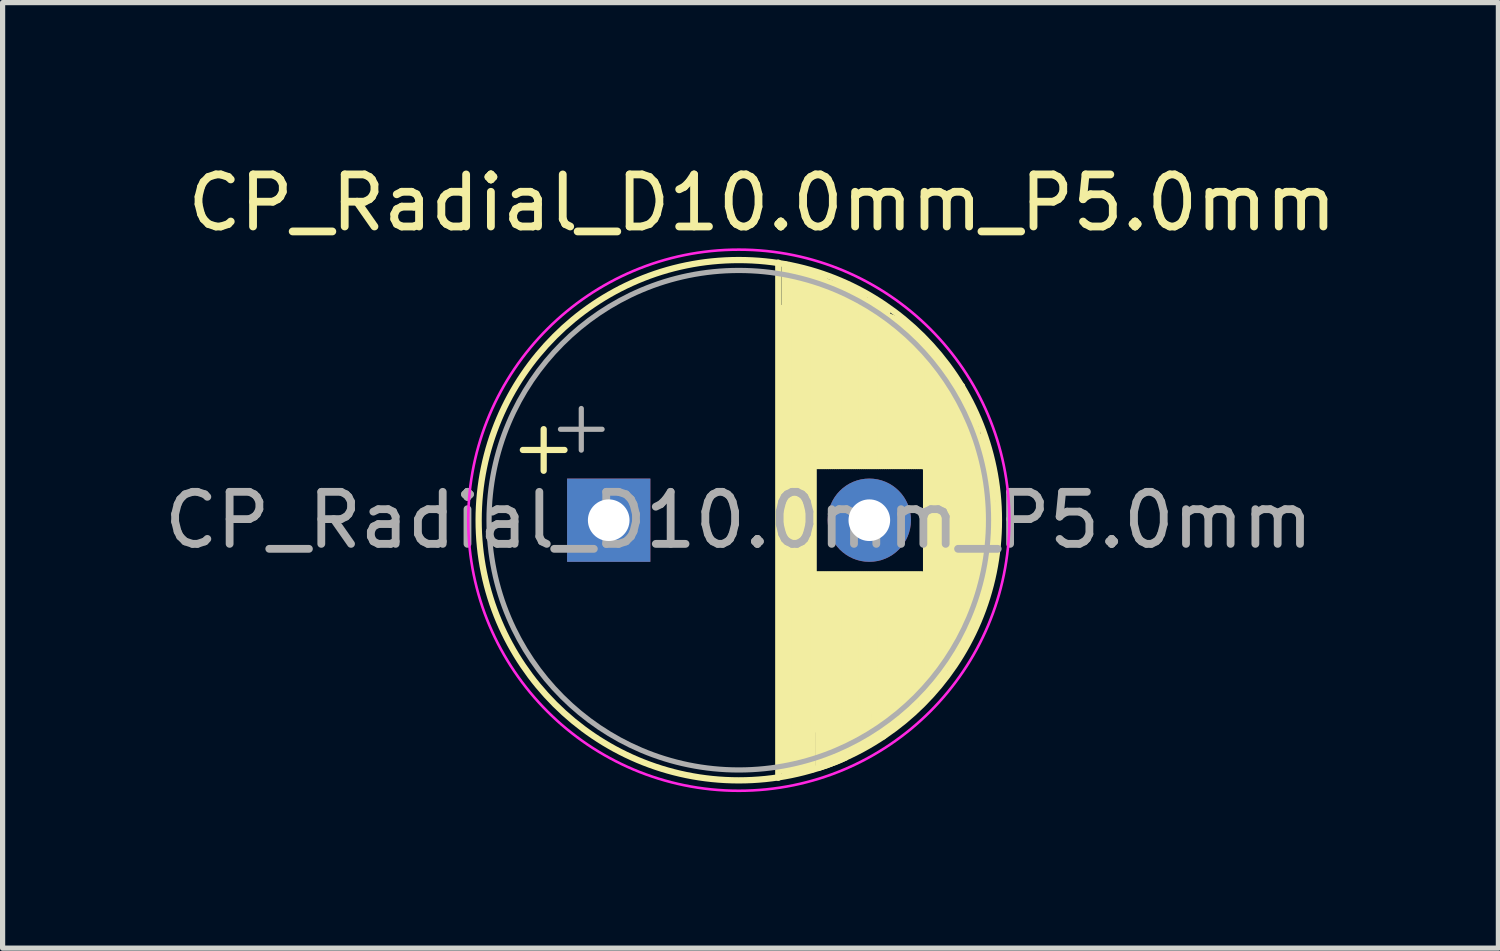
<source format=kicad_pcb>
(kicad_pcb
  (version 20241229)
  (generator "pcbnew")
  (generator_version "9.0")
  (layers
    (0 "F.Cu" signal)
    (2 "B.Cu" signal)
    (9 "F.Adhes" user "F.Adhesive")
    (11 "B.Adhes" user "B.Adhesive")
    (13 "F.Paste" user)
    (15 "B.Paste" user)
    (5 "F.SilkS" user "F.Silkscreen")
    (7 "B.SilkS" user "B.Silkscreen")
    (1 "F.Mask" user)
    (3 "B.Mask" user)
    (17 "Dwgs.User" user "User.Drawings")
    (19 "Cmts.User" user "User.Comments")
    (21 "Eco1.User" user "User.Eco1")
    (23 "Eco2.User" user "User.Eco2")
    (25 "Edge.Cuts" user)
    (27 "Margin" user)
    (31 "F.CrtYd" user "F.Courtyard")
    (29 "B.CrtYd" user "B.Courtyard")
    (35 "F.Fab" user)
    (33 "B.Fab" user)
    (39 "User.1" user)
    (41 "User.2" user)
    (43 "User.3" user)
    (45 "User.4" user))
  (footprint "CP_Radial_D10.0mm_P5.0mm"
    (layer "F.Cu")
    (at 9.399 6.948)
    (property "Reference" "CP_Radial_D10.0mm_P5.0mm" (at 2.2 -6.1 0) (layer "F.SilkS") (effects (font (size 1 1) (thickness 0.15))))
    (attr through_hole)
    (fp_line (start -2.4 -1.35) (end -1.6 -1.35) (stroke (width 0.12) (type solid)) (layer "F.SilkS"))
    (fp_line (start -2 -1.75) (end -2 -0.95) (stroke (width 0.12) (type solid)) (layer "F.SilkS"))
    (fp_line (start 2.509 -4.95) (end 2.509 4.95) (stroke (width 0.12) (type solid)) (layer "F.SilkS"))
    (fp_line (start 2.549 -4.08) (end 2.549 4.08) (stroke (width 0.12) (type solid)) (layer "F.SilkS"))
    (fp_line (start 2.549 -4.08) (end 2.589 4.08) (stroke (width 0.12) (type solid)) (layer "F.SilkS"))
    (fp_line (start 2.61 -3.33) (end 2.61 4.83) (stroke (width 0.12) (type solid)) (layer "F.SilkS"))
    (fp_line (start 2.61 -3.33) (end 2.65 4.83) (stroke (width 0.12) (type solid)) (layer "F.SilkS"))
    (fp_line (start 2.629 -4.079) (end 2.629 4.079) (stroke (width 0.12) (type solid)) (layer "F.SilkS"))
    (fp_line (start 2.63 -4.92) (end 2.63 -2.024) (stroke (width 0.12) (type solid)) (layer "F.SilkS"))
    (fp_line (start 2.669 -4.077) (end 2.669 4.077) (stroke (width 0.12) (type solid)) (layer "F.SilkS"))
    (fp_line (start 2.67 -4.909) (end 2.67 -2.024) (stroke (width 0.12) (type solid)) (layer "F.SilkS"))
    (fp_line (start 2.69 -3.329) (end 2.69 4.829) (stroke (width 0.12) (type solid)) (layer "F.SilkS"))
    (fp_line (start 2.709 -4.076) (end 2.709 4.076) (stroke (width 0.12) (type solid)) (layer "F.SilkS"))
    (fp_line (start 2.71 -4.898) (end 2.71 -2.024) (stroke (width 0.12) (type solid)) (layer "F.SilkS"))
    (fp_line (start 2.73 -3.327) (end 2.73 4.827) (stroke (width 0.12) (type solid)) (layer "F.SilkS"))
    (fp_line (start 2.749 -4.074) (end 2.749 4.074) (stroke (width 0.12) (type solid)) (layer "F.SilkS"))
    (fp_line (start 2.75 -4.886) (end 2.75 -2.024) (stroke (width 0.12) (type solid)) (layer "F.SilkS"))
    (fp_line (start 2.77 -3.326) (end 2.77 4.826) (stroke (width 0.12) (type solid)) (layer "F.SilkS"))
    (fp_line (start 2.789 -4.071) (end 2.789 4.071) (stroke (width 0.12) (type solid)) (layer "F.SilkS"))
    (fp_line (start 2.79 -4.873) (end 2.79 -2.024) (stroke (width 0.12) (type solid)) (layer "F.SilkS"))
    (fp_line (start 2.81 -3.324) (end 2.81 4.824) (stroke (width 0.12) (type solid)) (layer "F.SilkS"))
    (fp_line (start 2.829 -4.068) (end 2.829 4.068) (stroke (width 0.12) (type solid)) (layer "F.SilkS"))
    (fp_line (start 2.83 -4.861) (end 2.83 -2.024) (stroke (width 0.12) (type solid)) (layer "F.SilkS"))
    (fp_line (start 2.85 -3.321) (end 2.85 4.821) (stroke (width 0.12) (type solid)) (layer "F.SilkS"))
    (fp_line (start 2.869 -4.065) (end 2.869 4.065) (stroke (width 0.12) (type solid)) (layer "F.SilkS"))
    (fp_line (start 2.87 -4.847) (end 2.87 -2.024) (stroke (width 0.12) (type solid)) (layer "F.SilkS"))
    (fp_line (start 2.89 -3.318) (end 2.89 4.818) (stroke (width 0.12) (type solid)) (layer "F.SilkS"))
    (fp_line (start 2.909 -4.061) (end 2.909 4.061) (stroke (width 0.12) (type solid)) (layer "F.SilkS"))
    (fp_line (start 2.91 -4.834) (end 2.91 -2.024) (stroke (width 0.12) (type solid)) (layer "F.SilkS"))
    (fp_line (start 2.93 -3.315) (end 2.93 4.815) (stroke (width 0.12) (type solid)) (layer "F.SilkS"))
    (fp_line (start 2.949 -4.057) (end 2.949 4.057) (stroke (width 0.12) (type solid)) (layer "F.SilkS"))
    (fp_line (start 2.95 -4.819) (end 2.95 -2.024) (stroke (width 0.12) (type solid)) (layer "F.SilkS"))
    (fp_line (start 2.97 -3.311) (end 2.97 4.811) (stroke (width 0.12) (type solid)) (layer "F.SilkS"))
    (fp_line (start 2.989 -4.052) (end 2.989 4.052) (stroke (width 0.12) (type solid)) (layer "F.SilkS"))
    (fp_line (start 2.99 -4.805) (end 2.99 -2.024) (stroke (width 0.12) (type solid)) (layer "F.SilkS"))
    (fp_line (start 3.01 -3.307) (end 3.01 4.807) (stroke (width 0.12) (type solid)) (layer "F.SilkS"))
    (fp_line (start 3.029 -4.048) (end 3.029 4.048) (stroke (width 0.12) (type solid)) (layer "F.SilkS"))
    (fp_line (start 3.03 -4.789) (end 3.03 -2.024) (stroke (width 0.12) (type solid)) (layer "F.SilkS"))
    (fp_line (start 3.05 -3.302) (end 3.05 4.802) (stroke (width 0.12) (type solid)) (layer "F.SilkS"))
    (fp_line (start 3.069 -4.042) (end 3.069 4.042) (stroke (width 0.12) (type solid)) (layer "F.SilkS"))
    (fp_line (start 3.07 -4.774) (end 3.07 -2.024) (stroke (width 0.12) (type solid)) (layer "F.SilkS"))
    (fp_line (start 3.09 -3.298) (end 3.09 4.798) (stroke (width 0.12) (type solid)) (layer "F.SilkS"))
    (fp_line (start 3.109 -4.037) (end 3.109 4.037) (stroke (width 0.12) (type solid)) (layer "F.SilkS"))
    (fp_line (start 3.11 -4.758) (end 3.11 -2.024) (stroke (width 0.12) (type solid)) (layer "F.SilkS"))
    (fp_line (start 3.13 -3.292) (end 3.13 4.792) (stroke (width 0.12) (type solid)) (layer "F.SilkS"))
    (fp_line (start 3.149 -4.03) (end 3.149 4.03) (stroke (width 0.12) (type solid)) (layer "F.SilkS"))
    (fp_line (start 3.15 -4.741) (end 3.15 -2.024) (stroke (width 0.12) (type solid)) (layer "F.SilkS"))
    (fp_line (start 3.17 -3.287) (end 3.17 4.787) (stroke (width 0.12) (type solid)) (layer "F.SilkS"))
    (fp_line (start 3.189 -4.024) (end 3.189 4.024) (stroke (width 0.12) (type solid)) (layer "F.SilkS"))
    (fp_line (start 3.19 -4.724) (end 3.19 -2.024) (stroke (width 0.12) (type solid)) (layer "F.SilkS"))
    (fp_line (start 3.23 -4.706) (end 3.23 -2.024) (stroke (width 0.12) (type solid)) (layer "F.SilkS"))
    (fp_line (start 3.23 -4.017) (end 3.23 -1.04) (stroke (width 0.12) (type solid)) (layer "F.SilkS"))
    (fp_line (start 3.23 1.04) (end 3.23 4.017) (stroke (width 0.12) (type solid)) (layer "F.SilkS"))
    (fp_line (start 3.27 -4.688) (end 3.27 -2.024) (stroke (width 0.12) (type solid)) (layer "F.SilkS"))
    (fp_line (start 3.27 -4.01) (end 3.27 -1.04) (stroke (width 0.12) (type solid)) (layer "F.SilkS"))
    (fp_line (start 3.27 1.04) (end 3.27 4.01) (stroke (width 0.12) (type solid)) (layer "F.SilkS"))
    (fp_line (start 3.28 1.9) (end 3.28 4.762) (stroke (width 0.12) (type solid)) (layer "F.SilkS"))
    (fp_line (start 3.31 -4.67) (end 3.31 -2.024) (stroke (width 0.12) (type solid)) (layer "F.SilkS"))
    (fp_line (start 3.31 -4.002) (end 3.31 -1.04) (stroke (width 0.12) (type solid)) (layer "F.SilkS"))
    (fp_line (start 3.31 1.04) (end 3.31 4.002) (stroke (width 0.12) (type solid)) (layer "F.SilkS"))
    (fp_line (start 3.32 1.9) (end 3.32 4.749) (stroke (width 0.12) (type solid)) (layer "F.SilkS"))
    (fp_line (start 3.35 -4.65) (end 3.35 -2.024) (stroke (width 0.12) (type solid)) (layer "F.SilkS"))
    (fp_line (start 3.35 -3.994) (end 3.35 -1.04) (stroke (width 0.12) (type solid)) (layer "F.SilkS"))
    (fp_line (start 3.35 1.04) (end 3.35 3.994) (stroke (width 0.12) (type solid)) (layer "F.SilkS"))
    (fp_line (start 3.36 1.9) (end 3.36 4.737) (stroke (width 0.12) (type solid)) (layer "F.SilkS"))
    (fp_line (start 3.39 -4.631) (end 3.39 -2.024) (stroke (width 0.12) (type solid)) (layer "F.SilkS"))
    (fp_line (start 3.39 -4.596) (end 3.39 -1.7) (stroke (width 0.12) (type solid)) (layer "F.SilkS"))
    (fp_line (start 3.39 -3.985) (end 3.39 -1.04) (stroke (width 0.12) (type solid)) (layer "F.SilkS"))
    (fp_line (start 3.39 1.04) (end 3.39 3.985) (stroke (width 0.12) (type solid)) (layer "F.SilkS"))
    (fp_line (start 3.4 1.9) (end 3.4 4.723) (stroke (width 0.12) (type solid)) (layer "F.SilkS"))
    (fp_line (start 3.43 -4.585) (end 3.43 -1.7) (stroke (width 0.12) (type solid)) (layer "F.SilkS"))
    (fp_line (start 3.43 -3.976) (end 3.43 -1.04) (stroke (width 0.12) (type solid)) (layer "F.SilkS"))
    (fp_line (start 3.43 1.04) (end 3.43 3.976) (stroke (width 0.12) (type solid)) (layer "F.SilkS"))
    (fp_line (start 3.44 1.9) (end 3.44 4.71) (stroke (width 0.12) (type solid)) (layer "F.SilkS"))
    (fp_line (start 3.47 -4.574) (end 3.47 -1.7) (stroke (width 0.12) (type solid)) (layer "F.SilkS"))
    (fp_line (start 3.47 -3.967) (end 3.47 -1.04) (stroke (width 0.12) (type solid)) (layer "F.SilkS"))
    (fp_line (start 3.47 1.04) (end 3.47 3.967) (stroke (width 0.12) (type solid)) (layer "F.SilkS"))
    (fp_line (start 3.48 1.9) (end 3.48 4.695) (stroke (width 0.12) (type solid)) (layer "F.SilkS"))
    (fp_line (start 3.51 -4.562) (end 3.51 -1.7) (stroke (width 0.12) (type solid)) (layer "F.SilkS"))
    (fp_line (start 3.51 -3.957) (end 3.51 -1.04) (stroke (width 0.12) (type solid)) (layer "F.SilkS"))
    (fp_line (start 3.51 1.04) (end 3.51 3.957) (stroke (width 0.12) (type solid)) (layer "F.SilkS"))
    (fp_line (start 3.52 1.9) (end 3.52 4.681) (stroke (width 0.12) (type solid)) (layer "F.SilkS"))
    (fp_line (start 3.55 -4.549) (end 3.55 -1.7) (stroke (width 0.12) (type solid)) (layer "F.SilkS"))
    (fp_line (start 3.55 -3.947) (end 3.55 -1.04) (stroke (width 0.12) (type solid)) (layer "F.SilkS"))
    (fp_line (start 3.55 1.04) (end 3.55 3.947) (stroke (width 0.12) (type solid)) (layer "F.SilkS"))
    (fp_line (start 3.56 1.9) (end 3.56 4.665) (stroke (width 0.12) (type solid)) (layer "F.SilkS"))
    (fp_line (start 3.59 -4.537) (end 3.59 -1.7) (stroke (width 0.12) (type solid)) (layer "F.SilkS"))
    (fp_line (start 3.59 -3.936) (end 3.59 -1.04) (stroke (width 0.12) (type solid)) (layer "F.SilkS"))
    (fp_line (start 3.59 1.04) (end 3.59 3.936) (stroke (width 0.12) (type solid)) (layer "F.SilkS"))
    (fp_line (start 3.6 1.9) (end 3.6 4.65) (stroke (width 0.12) (type solid)) (layer "F.SilkS"))
    (fp_line (start 3.63 -4.523) (end 3.63 -1.7) (stroke (width 0.12) (type solid)) (layer "F.SilkS"))
    (fp_line (start 3.63 -3.925) (end 3.63 -1.04) (stroke (width 0.12) (type solid)) (layer "F.SilkS"))
    (fp_line (start 3.63 1.04) (end 3.63 3.925) (stroke (width 0.12) (type solid)) (layer "F.SilkS"))
    (fp_line (start 3.64 1.9) (end 3.64 4.634) (stroke (width 0.12) (type solid)) (layer "F.SilkS"))
    (fp_line (start 3.67 -4.51) (end 3.67 -1.7) (stroke (width 0.12) (type solid)) (layer "F.SilkS"))
    (fp_line (start 3.67 -3.914) (end 3.67 -1.04) (stroke (width 0.12) (type solid)) (layer "F.SilkS"))
    (fp_line (start 3.67 1.04) (end 3.67 3.914) (stroke (width 0.12) (type solid)) (layer "F.SilkS"))
    (fp_line (start 3.68 1.9) (end 3.68 4.617) (stroke (width 0.12) (type solid)) (layer "F.SilkS"))
    (fp_line (start 3.71 -4.495) (end 3.71 -1.7) (stroke (width 0.12) (type solid)) (layer "F.SilkS"))
    (fp_line (start 3.71 -3.902) (end 3.71 -1.04) (stroke (width 0.12) (type solid)) (layer "F.SilkS"))
    (fp_line (start 3.71 1.04) (end 3.71 3.902) (stroke (width 0.12) (type solid)) (layer "F.SilkS"))
    (fp_line (start 3.72 1.9) (end 3.72 4.6) (stroke (width 0.12) (type solid)) (layer "F.SilkS"))
    (fp_line (start 3.73 1.6) (end 3.73 4.462) (stroke (width 0.12) (type solid)) (layer "F.SilkS"))
    (fp_line (start 3.75 -4.481) (end 3.75 -1.7) (stroke (width 0.12) (type solid)) (layer "F.SilkS"))
    (fp_line (start 3.75 -3.889) (end 3.75 -1.04) (stroke (width 0.12) (type solid)) (layer "F.SilkS"))
    (fp_line (start 3.75 1.04) (end 3.75 3.889) (stroke (width 0.12) (type solid)) (layer "F.SilkS"))
    (fp_line (start 3.76 1.9) (end 3.76 4.582) (stroke (width 0.12) (type solid)) (layer "F.SilkS"))
    (fp_line (start 3.77 1.6) (end 3.77 4.449) (stroke (width 0.12) (type solid)) (layer "F.SilkS"))
    (fp_line (start 3.79 -4.465) (end 3.79 -1.7) (stroke (width 0.12) (type solid)) (layer "F.SilkS"))
    (fp_line (start 3.79 -3.877) (end 3.79 -1.04) (stroke (width 0.12) (type solid)) (layer "F.SilkS"))
    (fp_line (start 3.79 1.04) (end 3.79 3.877) (stroke (width 0.12) (type solid)) (layer "F.SilkS"))
    (fp_line (start 3.8 1.9) (end 3.8 4.564) (stroke (width 0.12) (type solid)) (layer "F.SilkS"))
    (fp_line (start 3.81 1.6) (end 3.81 4.437) (stroke (width 0.12) (type solid)) (layer "F.SilkS"))
    (fp_line (start 3.83 -4.45) (end 3.83 -1.7) (stroke (width 0.12) (type solid)) (layer "F.SilkS"))
    (fp_line (start 3.83 -3.863) (end 3.83 -1.04) (stroke (width 0.12) (type solid)) (layer "F.SilkS"))
    (fp_line (start 3.83 1.04) (end 3.83 3.863) (stroke (width 0.12) (type solid)) (layer "F.SilkS"))
    (fp_line (start 3.84 -4.346) (end 3.84 -1.45) (stroke (width 0.12) (type solid)) (layer "F.SilkS"))
    (fp_line (start 3.85 1.6) (end 3.85 4.423) (stroke (width 0.12) (type solid)) (layer "F.SilkS"))
    (fp_line (start 3.87 -4.434) (end 3.87 -1.7) (stroke (width 0.12) (type solid)) (layer "F.SilkS"))
    (fp_line (start 3.87 -3.85) (end 3.87 -1.04) (stroke (width 0.12) (type solid)) (layer "F.SilkS"))
    (fp_line (start 3.87 1.04) (end 3.87 3.85) (stroke (width 0.12) (type solid)) (layer "F.SilkS"))
    (fp_line (start 3.88 -4.335) (end 3.88 -1.45) (stroke (width 0.12) (type solid)) (layer "F.SilkS"))
    (fp_line (start 3.89 1.6) (end 3.89 4.41) (stroke (width 0.12) (type solid)) (layer "F.SilkS"))
    (fp_line (start 3.91 -4.417) (end 3.91 -1.7) (stroke (width 0.12) (type solid)) (layer "F.SilkS"))
    (fp_line (start 3.91 -3.835) (end 3.91 -1.04) (stroke (width 0.12) (type solid)) (layer "F.SilkS"))
    (fp_line (start 3.91 1.04) (end 3.91 3.835) (stroke (width 0.12) (type solid)) (layer "F.SilkS"))
    (fp_line (start 3.92 -4.324) (end 3.92 -1.45) (stroke (width 0.12) (type solid)) (layer "F.SilkS"))
    (fp_line (start 3.93 1.6) (end 3.93 4.395) (stroke (width 0.12) (type solid)) (layer "F.SilkS"))
    (fp_line (start 3.95 -4.4) (end 3.95 -1.7) (stroke (width 0.12) (type solid)) (layer "F.SilkS"))
    (fp_line (start 3.95 -3.821) (end 3.95 -1.04) (stroke (width 0.12) (type solid)) (layer "F.SilkS"))
    (fp_line (start 3.95 1.04) (end 3.95 3.821) (stroke (width 0.12) (type solid)) (layer "F.SilkS"))
    (fp_line (start 3.96 -4.312) (end 3.96 -1.45) (stroke (width 0.12) (type solid)) (layer "F.SilkS"))
    (fp_line (start 3.97 1.6) (end 3.97 4.381) (stroke (width 0.12) (type solid)) (layer "F.SilkS"))
    (fp_line (start 3.99 -4.382) (end 3.99 -1.7) (stroke (width 0.12) (type solid)) (layer "F.SilkS"))
    (fp_line (start 3.99 -3.805) (end 3.99 -1.04) (stroke (width 0.12) (type solid)) (layer "F.SilkS"))
    (fp_line (start 3.99 1.04) (end 3.99 3.805) (stroke (width 0.12) (type solid)) (layer "F.SilkS"))
    (fp_line (start 4 -4.299) (end 4 -1.45) (stroke (width 0.12) (type solid)) (layer "F.SilkS"))
    (fp_line (start 4.01 1.6) (end 4.01 4.365) (stroke (width 0.12) (type solid)) (layer "F.SilkS"))
    (fp_line (start 4.03 -4.364) (end 4.03 -1.7) (stroke (width 0.12) (type solid)) (layer "F.SilkS"))
    (fp_line (start 4.03 -3.79) (end 4.03 -1.04) (stroke (width 0.12) (type solid)) (layer "F.SilkS"))
    (fp_line (start 4.03 1.04) (end 4.03 3.79) (stroke (width 0.12) (type solid)) (layer "F.SilkS"))
    (fp_line (start 4.04 -4.287) (end 4.04 -1.45) (stroke (width 0.12) (type solid)) (layer "F.SilkS"))
    (fp_line (start 4.05 1.6) (end 4.05 4.35) (stroke (width 0.12) (type solid)) (layer "F.SilkS"))
    (fp_line (start 4.07 -4.346) (end 4.07 -1.7) (stroke (width 0.12) (type solid)) (layer "F.SilkS"))
    (fp_line (start 4.07 -3.774) (end 4.07 -1.04) (stroke (width 0.12) (type solid)) (layer "F.SilkS"))
    (fp_line (start 4.07 1.04) (end 4.07 3.774) (stroke (width 0.12) (type solid)) (layer "F.SilkS"))
    (fp_line (start 4.08 -4.273) (end 4.08 -1.45) (stroke (width 0.12) (type solid)) (layer "F.SilkS"))
    (fp_line (start 4.09 1.6) (end 4.09 4.334) (stroke (width 0.12) (type solid)) (layer "F.SilkS"))
    (fp_line (start 4.11 -4.326) (end 4.11 -1.7) (stroke (width 0.12) (type solid)) (layer "F.SilkS"))
    (fp_line (start 4.11 -3.757) (end 4.11 -1.04) (stroke (width 0.12) (type solid)) (layer "F.SilkS"))
    (fp_line (start 4.11 1.04) (end 4.11 3.757) (stroke (width 0.12) (type solid)) (layer "F.SilkS"))
    (fp_line (start 4.12 -4.26) (end 4.12 -1.45) (stroke (width 0.12) (type solid)) (layer "F.SilkS"))
    (fp_line (start 4.13 1.6) (end 4.13 4.317) (stroke (width 0.12) (type solid)) (layer "F.SilkS"))
    (fp_line (start 4.15 -4.307) (end 4.15 -1.7) (stroke (width 0.12) (type solid)) (layer "F.SilkS"))
    (fp_line (start 4.15 -3.74) (end 4.15 -1.04) (stroke (width 0.12) (type solid)) (layer "F.SilkS"))
    (fp_line (start 4.15 1.04) (end 4.15 3.74) (stroke (width 0.12) (type solid)) (layer "F.SilkS"))
    (fp_line (start 4.16 -4.245) (end 4.16 -1.45) (stroke (width 0.12) (type solid)) (layer "F.SilkS"))
    (fp_line (start 4.17 1.6) (end 4.17 4.3) (stroke (width 0.12) (type solid)) (layer "F.SilkS"))
    (fp_line (start 4.19 -3.722) (end 4.19 -1.04) (stroke (width 0.12) (type solid)) (layer "F.SilkS"))
    (fp_line (start 4.19 1.04) (end 4.19 3.722) (stroke (width 0.12) (type solid)) (layer "F.SilkS"))
    (fp_line (start 4.2 -4.231) (end 4.2 -1.45) (stroke (width 0.12) (type solid)) (layer "F.SilkS"))
    (fp_line (start 4.21 1.6) (end 4.21 4.282) (stroke (width 0.12) (type solid)) (layer "F.SilkS"))
    (fp_line (start 4.23 -3.704) (end 4.23 -1.04) (stroke (width 0.12) (type solid)) (layer "F.SilkS"))
    (fp_line (start 4.23 1.04) (end 4.23 3.704) (stroke (width 0.12) (type solid)) (layer "F.SilkS"))
    (fp_line (start 4.24 -4.215) (end 4.24 -1.45) (stroke (width 0.12) (type solid)) (layer "F.SilkS"))
    (fp_line (start 4.24 -4.046) (end 4.24 -1.15) (stroke (width 0.12) (type solid)) (layer "F.SilkS"))
    (fp_line (start 4.25 1.6) (end 4.25 4.264) (stroke (width 0.12) (type solid)) (layer "F.SilkS"))
    (fp_line (start 4.27 -3.686) (end 4.27 -1.04) (stroke (width 0.12) (type solid)) (layer "F.SilkS"))
    (fp_line (start 4.27 1.04) (end 4.27 3.686) (stroke (width 0.12) (type solid)) (layer "F.SilkS"))
    (fp_line (start 4.28 -4.2) (end 4.28 -1.45) (stroke (width 0.12) (type solid)) (layer "F.SilkS"))
    (fp_line (start 4.28 -4.035) (end 4.28 -1.15) (stroke (width 0.12) (type solid)) (layer "F.SilkS"))
    (fp_line (start 4.31 -3.666) (end 4.31 -1.04) (stroke (width 0.12) (type solid)) (layer "F.SilkS"))
    (fp_line (start 4.31 1.04) (end 4.31 3.666) (stroke (width 0.12) (type solid)) (layer "F.SilkS"))
    (fp_line (start 4.32 -4.184) (end 4.32 -1.45) (stroke (width 0.12) (type solid)) (layer "F.SilkS"))
    (fp_line (start 4.32 -4.024) (end 4.32 -1.15) (stroke (width 0.12) (type solid)) (layer "F.SilkS"))
    (fp_line (start 4.35 -3.647) (end 4.35 -1.04) (stroke (width 0.12) (type solid)) (layer "F.SilkS"))
    (fp_line (start 4.35 1.04) (end 4.35 3.647) (stroke (width 0.12) (type solid)) (layer "F.SilkS"))
    (fp_line (start 4.36 -4.167) (end 4.36 -1.45) (stroke (width 0.12) (type solid)) (layer "F.SilkS"))
    (fp_line (start 4.36 -4.012) (end 4.36 -1.15) (stroke (width 0.12) (type solid)) (layer "F.SilkS"))
    (fp_line (start 4.37 2.175) (end 4.35 4.2) (stroke (width 0.12) (type solid)) (layer "F.SilkS"))
    (fp_line (start 4.39 -3.627) (end 4.39 -1.04) (stroke (width 0.12) (type solid)) (layer "F.SilkS"))
    (fp_line (start 4.39 1.04) (end 4.39 3.627) (stroke (width 0.12) (type solid)) (layer "F.SilkS"))
    (fp_line (start 4.4 -4.15) (end 4.4 -1.45) (stroke (width 0.12) (type solid)) (layer "F.SilkS"))
    (fp_line (start 4.4 -3.999) (end 4.4 -1.15) (stroke (width 0.12) (type solid)) (layer "F.SilkS"))
    (fp_line (start 4.41 2.175) (end 4.45 4.15) (stroke (width 0.12) (type solid)) (layer "F.SilkS"))
    (fp_line (start 4.43 -3.606) (end 4.43 -1.04) (stroke (width 0.12) (type solid)) (layer "F.SilkS"))
    (fp_line (start 4.43 1.04) (end 4.43 3.606) (stroke (width 0.12) (type solid)) (layer "F.SilkS"))
    (fp_line (start 4.44 -4.132) (end 4.44 -1.45) (stroke (width 0.12) (type solid)) (layer "F.SilkS"))
    (fp_line (start 4.44 -3.987) (end 4.44 -1.15) (stroke (width 0.12) (type solid)) (layer "F.SilkS"))
    (fp_line (start 4.45 2.175) (end 4.45 4.15) (stroke (width 0.12) (type solid)) (layer "F.SilkS"))
    (fp_line (start 4.47 -3.584) (end 4.47 -1.04) (stroke (width 0.12) (type solid)) (layer "F.SilkS"))
    (fp_line (start 4.47 1.04) (end 4.47 3.584) (stroke (width 0.12) (type solid)) (layer "F.SilkS"))
    (fp_line (start 4.48 -4.114) (end 4.48 -1.45) (stroke (width 0.12) (type solid)) (layer "F.SilkS"))
    (fp_line (start 4.48 -3.973) (end 4.48 -1.15) (stroke (width 0.12) (type solid)) (layer "F.SilkS"))
    (fp_line (start 4.49 2.175) (end 4.45 4.15) (stroke (width 0.12) (type solid)) (layer "F.SilkS"))
    (fp_line (start 4.51 -3.562) (end 4.51 -1.04) (stroke (width 0.12) (type solid)) (layer "F.SilkS"))
    (fp_line (start 4.51 1.04) (end 4.51 3.562) (stroke (width 0.12) (type solid)) (layer "F.SilkS"))
    (fp_line (start 4.52 -4.096) (end 4.52 -1.45) (stroke (width 0.12) (type solid)) (layer "F.SilkS"))
    (fp_line (start 4.52 -3.96) (end 4.52 -1.15) (stroke (width 0.12) (type solid)) (layer "F.SilkS"))
    (fp_line (start 4.53 2.175) (end 4.53 4.154) (stroke (width 0.12) (type solid)) (layer "F.SilkS"))
    (fp_line (start 4.55 -3.54) (end 4.55 -1.04) (stroke (width 0.12) (type solid)) (layer "F.SilkS"))
    (fp_line (start 4.55 1.04) (end 4.55 3.54) (stroke (width 0.12) (type solid)) (layer "F.SilkS"))
    (fp_line (start 4.56 -4.076) (end 4.56 -1.45) (stroke (width 0.12) (type solid)) (layer "F.SilkS"))
    (fp_line (start 4.56 -3.945) (end 4.56 -1.15) (stroke (width 0.12) (type solid)) (layer "F.SilkS"))
    (fp_line (start 4.59 -3.517) (end 4.59 -1.04) (stroke (width 0.12) (type solid)) (layer "F.SilkS"))
    (fp_line (start 4.59 1.04) (end 4.59 3.517) (stroke (width 0.12) (type solid)) (layer "F.SilkS"))
    (fp_line (start 4.6 -4.057) (end 4.6 -1.45) (stroke (width 0.12) (type solid)) (layer "F.SilkS"))
    (fp_line (start 4.6 -3.931) (end 4.6 -1.15) (stroke (width 0.12) (type solid)) (layer "F.SilkS"))
    (fp_line (start 4.63 -3.493) (end 4.63 -1.04) (stroke (width 0.12) (type solid)) (layer "F.SilkS"))
    (fp_line (start 4.63 1.04) (end 4.63 3.493) (stroke (width 0.12) (type solid)) (layer "F.SilkS"))
    (fp_line (start 4.64 -3.915) (end 4.64 -1.15) (stroke (width 0.12) (type solid)) (layer "F.SilkS"))
    (fp_line (start 4.67 -3.469) (end 4.67 -1.04) (stroke (width 0.12) (type solid)) (layer "F.SilkS"))
    (fp_line (start 4.67 1.04) (end 4.67 3.469) (stroke (width 0.12) (type solid)) (layer "F.SilkS"))
    (fp_line (start 4.67 1.975) (end 4.6 4.05) (stroke (width 0.12) (type solid)) (layer "F.SilkS"))
    (fp_line (start 4.68 -3.9) (end 4.68 -1.15) (stroke (width 0.12) (type solid)) (layer "F.SilkS"))
    (fp_line (start 4.71 -3.444) (end 4.71 -1.04) (stroke (width 0.12) (type solid)) (layer "F.SilkS"))
    (fp_line (start 4.71 1.04) (end 4.71 3.444) (stroke (width 0.12) (type solid)) (layer "F.SilkS"))
    (fp_line (start 4.71 1.975) (end 4.7 4) (stroke (width 0.12) (type solid)) (layer "F.SilkS"))
    (fp_line (start 4.72 -3.884) (end 4.72 -1.15) (stroke (width 0.12) (type solid)) (layer "F.SilkS"))
    (fp_line (start 4.75 -3.418) (end 4.75 -1.04) (stroke (width 0.12) (type solid)) (layer "F.SilkS"))
    (fp_line (start 4.75 1.04) (end 4.75 3.418) (stroke (width 0.12) (type solid)) (layer "F.SilkS"))
    (fp_line (start 4.75 1.975) (end 4.75 3.9) (stroke (width 0.12) (type solid)) (layer "F.SilkS"))
    (fp_line (start 4.76 -3.867) (end 4.76 -1.15) (stroke (width 0.12) (type solid)) (layer "F.SilkS"))
    (fp_line (start 4.79 -3.392) (end 4.79 -1.04) (stroke (width 0.12) (type solid)) (layer "F.SilkS"))
    (fp_line (start 4.79 1.04) (end 4.79 3.392) (stroke (width 0.12) (type solid)) (layer "F.SilkS"))
    (fp_line (start 4.79 1.975) (end 4.75 3.9) (stroke (width 0.12) (type solid)) (layer "F.SilkS"))
    (fp_line (start 4.8 -3.85) (end 4.8 -1.15) (stroke (width 0.12) (type solid)) (layer "F.SilkS"))
    (fp_line (start 4.83 -3.365) (end 4.83 -1.04) (stroke (width 0.12) (type solid)) (layer "F.SilkS"))
    (fp_line (start 4.83 1.04) (end 4.83 3.365) (stroke (width 0.12) (type solid)) (layer "F.SilkS"))
    (fp_line (start 4.83 1.975) (end 4.83 3.85) (stroke (width 0.12) (type solid)) (layer "F.SilkS"))
    (fp_line (start 4.84 -3.832) (end 4.84 -1.15) (stroke (width 0.12) (type solid)) (layer "F.SilkS"))
    (fp_line (start 4.87 -3.338) (end 4.87 -1.04) (stroke (width 0.12) (type solid)) (layer "F.SilkS"))
    (fp_line (start 4.87 1.04) (end 4.87 3.338) (stroke (width 0.12) (type solid)) (layer "F.SilkS"))
    (fp_line (start 4.88 -3.814) (end 4.88 -1.15) (stroke (width 0.12) (type solid)) (layer "F.SilkS"))
    (fp_line (start 4.91 -3.309) (end 4.91 -1.04) (stroke (width 0.12) (type solid)) (layer "F.SilkS"))
    (fp_line (start 4.91 1.04) (end 4.91 3.309) (stroke (width 0.12) (type solid)) (layer "F.SilkS"))
    (fp_line (start 4.92 -3.796) (end 4.92 -1.15) (stroke (width 0.12) (type solid)) (layer "F.SilkS"))
    (fp_line (start 4.92 1.725) (end 4.92 3.841) (stroke (width 0.12) (type solid)) (layer "F.SilkS"))
    (fp_line (start 4.95 -3.28) (end 4.95 -1.04) (stroke (width 0.12) (type solid)) (layer "F.SilkS"))
    (fp_line (start 4.95 1.04) (end 4.95 3.28) (stroke (width 0.12) (type solid)) (layer "F.SilkS"))
    (fp_line (start 4.96 -3.776) (end 4.96 -1.15) (stroke (width 0.12) (type solid)) (layer "F.SilkS"))
    (fp_line (start 4.96 1.725) (end 4.96 3.809) (stroke (width 0.12) (type solid)) (layer "F.SilkS"))
    (fp_line (start 4.99 -3.25) (end 4.99 -1.04) (stroke (width 0.12) (type solid)) (layer "F.SilkS"))
    (fp_line (start 4.99 1.04) (end 4.99 3.25) (stroke (width 0.12) (type solid)) (layer "F.SilkS"))
    (fp_line (start 5 -3.757) (end 5 -1.15) (stroke (width 0.12) (type solid)) (layer "F.SilkS"))
    (fp_line (start 5 1.725) (end 5 3.775) (stroke (width 0.12) (type solid)) (layer "F.SilkS"))
    (fp_line (start 5.03 -3.22) (end 5.03 -1.04) (stroke (width 0.12) (type solid)) (layer "F.SilkS"))
    (fp_line (start 5.03 1.04) (end 5.03 3.22) (stroke (width 0.12) (type solid)) (layer "F.SilkS"))
    (fp_line (start 5.04 -3.648) (end 5.04 -1.35) (stroke (width 0.12) (type solid)) (layer "F.SilkS"))
    (fp_line (start 5.04 1.725) (end 5.04 3.74) (stroke (width 0.12) (type solid)) (layer "F.SilkS"))
    (fp_line (start 5.07 -3.189) (end 5.07 -1.04) (stroke (width 0.12) (type solid)) (layer "F.SilkS"))
    (fp_line (start 5.07 1.04) (end 5.07 3.189) (stroke (width 0.12) (type solid)) (layer "F.SilkS"))
    (fp_line (start 5.08 -3.619) (end 5.08 -1.35) (stroke (width 0.12) (type solid)) (layer "F.SilkS"))
    (fp_line (start 5.08 1.725) (end 5.08 3.704) (stroke (width 0.12) (type solid)) (layer "F.SilkS"))
    (fp_line (start 5.11 -3.156) (end 5.11 -1.04) (stroke (width 0.12) (type solid)) (layer "F.SilkS"))
    (fp_line (start 5.11 1.04) (end 5.11 3.156) (stroke (width 0.12) (type solid)) (layer "F.SilkS"))
    (fp_line (start 5.12 -3.59) (end 5.12 -1.35) (stroke (width 0.12) (type solid)) (layer "F.SilkS"))
    (fp_line (start 5.15 -3.124) (end 5.15 -1.04) (stroke (width 0.12) (type solid)) (layer "F.SilkS"))
    (fp_line (start 5.15 1.04) (end 5.15 3.124) (stroke (width 0.12) (type solid)) (layer "F.SilkS"))
    (fp_line (start 5.16 -3.56) (end 5.16 -1.35) (stroke (width 0.12) (type solid)) (layer "F.SilkS"))
    (fp_line (start 5.19 -3.09) (end 5.19 -1.04) (stroke (width 0.12) (type solid)) (layer "F.SilkS"))
    (fp_line (start 5.19 1.04) (end 5.19 3.09) (stroke (width 0.12) (type solid)) (layer "F.SilkS"))
    (fp_line (start 5.2 -3.53) (end 5.2 -1.35) (stroke (width 0.12) (type solid)) (layer "F.SilkS"))
    (fp_line (start 5.22 1.425) (end 5.15 3.6) (stroke (width 0.12) (type solid)) (layer "F.SilkS"))
    (fp_line (start 5.23 -3.055) (end 5.23 -1.04) (stroke (width 0.12) (type solid)) (layer "F.SilkS"))
    (fp_line (start 5.23 1.04) (end 5.23 3.055) (stroke (width 0.12) (type solid)) (layer "F.SilkS"))
    (fp_line (start 5.24 -3.499) (end 5.24 -1.35) (stroke (width 0.12) (type solid)) (layer "F.SilkS"))
    (fp_line (start 5.26 1.425) (end 5.26 3.509) (stroke (width 0.12) (type solid)) (layer "F.SilkS"))
    (fp_line (start 5.27 -3.019) (end 5.27 -1.04) (stroke (width 0.12) (type solid)) (layer "F.SilkS"))
    (fp_line (start 5.27 1.04) (end 5.27 3.019) (stroke (width 0.12) (type solid)) (layer "F.SilkS"))
    (fp_line (start 5.28 -3.466) (end 5.28 -1.35) (stroke (width 0.12) (type solid)) (layer "F.SilkS"))
    (fp_line (start 5.3 1.425) (end 5.3 3.475) (stroke (width 0.12) (type solid)) (layer "F.SilkS"))
    (fp_line (start 5.32 -3.434) (end 5.32 -1.35) (stroke (width 0.12) (type solid)) (layer "F.SilkS"))
    (fp_line (start 5.34 -3.298) (end 5.34 -1) (stroke (width 0.12) (type solid)) (layer "F.SilkS"))
    (fp_line (start 5.34 1.425) (end 5.34 3.44) (stroke (width 0.12) (type solid)) (layer "F.SilkS"))
    (fp_line (start 5.35 -2.945) (end 5.35 2.945) (stroke (width 0.12) (type solid)) (layer "F.SilkS"))
    (fp_line (start 5.36 -3.4) (end 5.36 -1.35) (stroke (width 0.12) (type solid)) (layer "F.SilkS"))
    (fp_line (start 5.38 -3.269) (end 5.38 -1) (stroke (width 0.12) (type solid)) (layer "F.SilkS"))
    (fp_line (start 5.38 1.425) (end 5.38 3.404) (stroke (width 0.12) (type solid)) (layer "F.SilkS"))
    (fp_line (start 5.39 -2.907) (end 5.39 2.907) (stroke (width 0.12) (type solid)) (layer "F.SilkS"))
    (fp_line (start 5.4 -3.365) (end 5.4 -1.35) (stroke (width 0.12) (type solid)) (layer "F.SilkS"))
    (fp_line (start 5.42 -3.24) (end 5.42 -1) (stroke (width 0.12) (type solid)) (layer "F.SilkS"))
    (fp_line (start 5.43 -2.867) (end 5.43 2.867) (stroke (width 0.12) (type solid)) (layer "F.SilkS"))
    (fp_line (start 5.44 -3.329) (end 5.44 -1.35) (stroke (width 0.12) (type solid)) (layer "F.SilkS"))
    (fp_line (start 5.46 -3.21) (end 5.46 -1) (stroke (width 0.12) (type solid)) (layer "F.SilkS"))
    (fp_line (start 5.47 -2.826) (end 5.47 2.826) (stroke (width 0.12) (type solid)) (layer "F.SilkS"))
    (fp_line (start 5.47 1.125) (end 5.47 3.241) (stroke (width 0.12) (type solid)) (layer "F.SilkS"))
    (fp_line (start 5.5 -3.18) (end 5.5 -1) (stroke (width 0.12) (type solid)) (layer "F.SilkS"))
    (fp_line (start 5.51 -2.784) (end 5.51 2.784) (stroke (width 0.12) (type solid)) (layer "F.SilkS"))
    (fp_line (start 5.51 1.125) (end 5.51 3.209) (stroke (width 0.12) (type solid)) (layer "F.SilkS"))
    (fp_line (start 5.54 -3.149) (end 5.54 -1) (stroke (width 0.12) (type solid)) (layer "F.SilkS"))
    (fp_line (start 5.55 -2.741) (end 5.55 2.741) (stroke (width 0.12) (type solid)) (layer "F.SilkS"))
    (fp_line (start 5.55 1.125) (end 5.55 3.175) (stroke (width 0.12) (type solid)) (layer "F.SilkS"))
    (fp_line (start 5.58 -3.116) (end 5.58 -1) (stroke (width 0.12) (type solid)) (layer "F.SilkS"))
    (fp_line (start 5.59 -2.697) (end 5.59 2.697) (stroke (width 0.12) (type solid)) (layer "F.SilkS"))
    (fp_line (start 5.59 1.125) (end 5.59 3.14) (stroke (width 0.12) (type solid)) (layer "F.SilkS"))
    (fp_line (start 5.62 -3.084) (end 5.62 -1) (stroke (width 0.12) (type solid)) (layer "F.SilkS"))
    (fp_line (start 5.63 -2.651) (end 5.63 2.651) (stroke (width 0.12) (type solid)) (layer "F.SilkS"))
    (fp_line (start 5.63 1.125) (end 5.63 3.104) (stroke (width 0.12) (type solid)) (layer "F.SilkS"))
    (fp_line (start 5.64 -2.898) (end 5.64 -0.6) (stroke (width 0.12) (type solid)) (layer "F.SilkS"))
    (fp_line (start 5.66 -3.05) (end 5.66 -1) (stroke (width 0.12) (type solid)) (layer "F.SilkS"))
    (fp_line (start 5.67 -2.604) (end 5.67 2.604) (stroke (width 0.12) (type solid)) (layer "F.SilkS"))
    (fp_line (start 5.68 -2.869) (end 5.68 -0.6) (stroke (width 0.12) (type solid)) (layer "F.SilkS"))
    (fp_line (start 5.7 -3.015) (end 5.7 -1) (stroke (width 0.12) (type solid)) (layer "F.SilkS"))
    (fp_line (start 5.7 1.884) (end 5.7 2.95) (stroke (width 0.12) (type solid)) (layer "F.SilkS"))
    (fp_line (start 5.71 -2.556) (end 5.71 2.556) (stroke (width 0.12) (type solid)) (layer "F.SilkS"))
    (fp_line (start 5.72 -2.84) (end 5.72 -0.6) (stroke (width 0.12) (type solid)) (layer "F.SilkS"))
    (fp_line (start 5.74 -2.979) (end 5.74 -1) (stroke (width 0.12) (type solid)) (layer "F.SilkS"))
    (fp_line (start 5.74 -2.598) (end 5.74 -0.3) (stroke (width 0.12) (type solid)) (layer "F.SilkS"))
    (fp_line (start 5.74 1.734) (end 5.74 2.8) (stroke (width 0.12) (type solid)) (layer "F.SilkS"))
    (fp_line (start 5.75 -2.505) (end 5.75 2.505) (stroke (width 0.12) (type solid)) (layer "F.SilkS"))
    (fp_line (start 5.76 -2.81) (end 5.76 -0.6) (stroke (width 0.12) (type solid)) (layer "F.SilkS"))
    (fp_line (start 5.78 -2.569) (end 5.78 -0.3) (stroke (width 0.12) (type solid)) (layer "F.SilkS"))
    (fp_line (start 5.79 -2.454) (end 5.79 2.454) (stroke (width 0.12) (type solid)) (layer "F.SilkS"))
    (fp_line (start 5.8 -2.78) (end 5.8 -0.6) (stroke (width 0.12) (type solid)) (layer "F.SilkS"))
    (fp_line (start 5.8 1.784) (end 5.8 2.85) (stroke (width 0.12) (type solid)) (layer "F.SilkS"))
    (fp_line (start 5.82 -2.54) (end 5.82 -0.3) (stroke (width 0.12) (type solid)) (layer "F.SilkS"))
    (fp_line (start 5.83 -2.4) (end 5.83 2.4) (stroke (width 0.12) (type solid)) (layer "F.SilkS"))
    (fp_line (start 5.84 -2.749) (end 5.84 -0.6) (stroke (width 0.12) (type solid)) (layer "F.SilkS"))
    (fp_line (start 5.84 1.634) (end 5.84 2.7) (stroke (width 0.12) (type solid)) (layer "F.SilkS"))
    (fp_line (start 5.86 -2.51) (end 5.86 -0.3) (stroke (width 0.12) (type solid)) (layer "F.SilkS"))
    (fp_line (start 5.87 -2.345) (end 5.87 2.345) (stroke (width 0.12) (type solid)) (layer "F.SilkS"))
    (fp_line (start 5.88 -2.716) (end 5.88 -0.6) (stroke (width 0.12) (type solid)) (layer "F.SilkS"))
    (fp_line (start 5.9 -2.48) (end 5.9 -0.3) (stroke (width 0.12) (type solid)) (layer "F.SilkS"))
    (fp_line (start 5.9 1.584) (end 5.9 2.65) (stroke (width 0.12) (type solid)) (layer "F.SilkS"))
    (fp_line (start 5.91 -2.287) (end 5.91 2.287) (stroke (width 0.12) (type solid)) (layer "F.SilkS"))
    (fp_line (start 5.92 -2.684) (end 5.92 -0.6) (stroke (width 0.12) (type solid)) (layer "F.SilkS"))
    (fp_line (start 5.94 -2.449) (end 5.94 -0.3) (stroke (width 0.12) (type solid)) (layer "F.SilkS"))
    (fp_line (start 5.94 1.434) (end 5.94 2.5) (stroke (width 0.12) (type solid)) (layer "F.SilkS"))
    (fp_line (start 5.96 -2.65) (end 5.96 -0.6) (stroke (width 0.12) (type solid)) (layer "F.SilkS"))
    (fp_line (start 5.98 -2.416) (end 5.98 -0.3) (stroke (width 0.12) (type solid)) (layer "F.SilkS"))
    (fp_line (start 5.99 -2.166) (end 5.99 2.166) (stroke (width 0.12) (type solid)) (layer "F.SilkS"))
    (fp_line (start 6 -2.615) (end 6 -0.6) (stroke (width 0.12) (type solid)) (layer "F.SilkS"))
    (fp_line (start 6 1.534) (end 6 2.6) (stroke (width 0.12) (type solid)) (layer "F.SilkS"))
    (fp_line (start 6.02 -2.384) (end 6.02 -0.3) (stroke (width 0.12) (type solid)) (layer "F.SilkS"))
    (fp_line (start 6.03 -2.102) (end 6.03 2.102) (stroke (width 0.12) (type solid)) (layer "F.SilkS"))
    (fp_line (start 6.04 -2.579) (end 6.04 -0.6) (stroke (width 0.12) (type solid)) (layer "F.SilkS"))
    (fp_line (start 6.04 1.384) (end 6.04 2.45) (stroke (width 0.12) (type solid)) (layer "F.SilkS"))
    (fp_line (start 6.05 1.384) (end 6.05 2.45) (stroke (width 0.12) (type solid)) (layer "F.SilkS"))
    (fp_line (start 6.06 -2.35) (end 6.06 -0.3) (stroke (width 0.12) (type solid)) (layer "F.SilkS"))
    (fp_line (start 6.07 -2.034) (end 6.07 2.034) (stroke (width 0.12) (type solid)) (layer "F.SilkS"))
    (fp_line (start 6.09 1.234) (end 6.09 2.3) (stroke (width 0.12) (type solid)) (layer "F.SilkS"))
    (fp_line (start 6.1 -2.315) (end 6.1 -0.3) (stroke (width 0.12) (type solid)) (layer "F.SilkS"))
    (fp_line (start 6.11 -1.964) (end 6.11 1.964) (stroke (width 0.12) (type solid)) (layer "F.SilkS"))
    (fp_line (start 6.14 -2.279) (end 6.14 -0.3) (stroke (width 0.12) (type solid)) (layer "F.SilkS"))
    (fp_line (start 6.15 -1.89) (end 6.15 1.89) (stroke (width 0.12) (type solid)) (layer "F.SilkS"))
    (fp_line (start 6.15 1.234) (end 6.15 2.3) (stroke (width 0.12) (type solid)) (layer "F.SilkS"))
    (fp_line (start 6.18 -2.251) (end 6.18 0.655) (stroke (width 0.12) (type solid)) (layer "F.SilkS"))
    (fp_line (start 6.19 1.084) (end 6.19 2.15) (stroke (width 0.12) (type solid)) (layer "F.SilkS"))
    (fp_line (start 6.2 1.034) (end 6.2 2.1) (stroke (width 0.12) (type solid)) (layer "F.SilkS"))
    (fp_line (start 6.22 -2.144) (end 6.22 0.548) (stroke (width 0.12) (type solid)) (layer "F.SilkS"))
    (fp_line (start 6.23 -1.731) (end 6.23 1.731) (stroke (width 0.12) (type solid)) (layer "F.SilkS"))
    (fp_line (start 6.24 0.884) (end 6.24 1.95) (stroke (width 0.12) (type solid)) (layer "F.SilkS"))
    (fp_line (start 6.25 0.984) (end 6.25 2.05) (stroke (width 0.12) (type solid)) (layer "F.SilkS"))
    (fp_line (start 6.26 -2.027) (end 6.26 0.431) (stroke (width 0.12) (type solid)) (layer "F.SilkS"))
    (fp_line (start 6.27 -1.645) (end 6.27 1.645) (stroke (width 0.12) (type solid)) (layer "F.SilkS"))
    (fp_line (start 6.29 0.834) (end 6.29 1.9) (stroke (width 0.12) (type solid)) (layer "F.SilkS"))
    (fp_line (start 6.3 -1.896) (end 6.3 0.3) (stroke (width 0.12) (type solid)) (layer "F.SilkS"))
    (fp_line (start 6.3 0.834) (end 6.3 1.9) (stroke (width 0.12) (type solid)) (layer "F.SilkS"))
    (fp_line (start 6.31 -1.552) (end 6.31 1.552) (stroke (width 0.12) (type solid)) (layer "F.SilkS"))
    (fp_line (start 6.34 -1.746) (end 6.34 0.15) (stroke (width 0.12) (type solid)) (layer "F.SilkS"))
    (fp_line (start 6.34 0.684) (end 6.34 1.75) (stroke (width 0.12) (type solid)) (layer "F.SilkS"))
    (fp_line (start 6.35 -1.453) (end 6.35 1.453) (stroke (width 0.12) (type solid)) (layer "F.SilkS"))
    (fp_line (start 6.38 -1.566) (end 6.38 -0.03) (stroke (width 0.12) (type solid)) (layer "F.SilkS"))
    (fp_line (start 6.39 -1.603) (end 6.39 1.303) (stroke (width 0.12) (type solid)) (layer "F.SilkS"))
    (fp_line (start 6.39 -1.346) (end 6.39 1.346) (stroke (width 0.12) (type solid)) (layer "F.SilkS"))
    (fp_line (start 6.4 0.534) (end 6.4 1.6) (stroke (width 0.12) (type solid)) (layer "F.SilkS"))
    (fp_line (start 6.4 0.634) (end 6.4 1.7) (stroke (width 0.12) (type solid)) (layer "F.SilkS"))
    (fp_line (start 6.42 -1.331) (end 6.42 -0.265) (stroke (width 0.12) (type solid)) (layer "F.SilkS"))
    (fp_line (start 6.43 -1.496) (end 6.43 1.196) (stroke (width 0.12) (type solid)) (layer "F.SilkS"))
    (fp_line (start 6.43 -1.229) (end 6.43 1.229) (stroke (width 0.12) (type solid)) (layer "F.SilkS"))
    (fp_line (start 6.44 0.384) (end 6.44 1.45) (stroke (width 0.12) (type solid)) (layer "F.SilkS"))
    (fp_line (start 6.44 0.484) (end 6.44 1.55) (stroke (width 0.12) (type solid)) (layer "F.SilkS"))
    (fp_line (start 6.47 -1.379) (end 6.47 1.079) (stroke (width 0.12) (type solid)) (layer "F.SilkS"))
    (fp_line (start 6.47 -1.098) (end 6.47 1.098) (stroke (width 0.12) (type solid)) (layer "F.SilkS"))
    (fp_line (start 6.5 0.284) (end 6.5 1.35) (stroke (width 0.12) (type solid)) (layer "F.SilkS"))
    (fp_line (start 6.51 -1.248) (end 6.51 0.948) (stroke (width 0.12) (type solid)) (layer "F.SilkS"))
    (fp_line (start 6.51 -0.948) (end 6.51 0.948) (stroke (width 0.12) (type solid)) (layer "F.SilkS"))
    (fp_line (start 6.54 0.134) (end 6.54 1.2) (stroke (width 0.12) (type solid)) (layer "F.SilkS"))
    (fp_line (start 6.55 -1.098) (end 6.55 0.798) (stroke (width 0.12) (type solid)) (layer "F.SilkS"))
    (fp_line (start 6.55 -0.768) (end 6.55 0.768) (stroke (width 0.12) (type solid)) (layer "F.SilkS"))
    (fp_line (start 6.59 -0.918) (end 6.59 0.618) (stroke (width 0.12) (type solid)) (layer "F.SilkS"))
    (fp_line (start 6.59 -0.533) (end 6.59 0.533) (stroke (width 0.12) (type solid)) (layer "F.SilkS"))
    (fp_line (start 6.6 -0.166) (end 6.6 0.9) (stroke (width 0.12) (type solid)) (layer "F.SilkS"))
    (fp_line (start 6.63 -0.683) (end 6.63 0.383) (stroke (width 0.12) (type solid)) (layer "F.SilkS"))
    (fp_line (start 6.64 -0.316) (end 6.64 0.75) (stroke (width 0.12) (type solid)) (layer "F.SilkS"))
    (fp_circle (center 1.75 0) (end 6.75 0) (stroke (width 0.12) (type solid)) (fill no) (layer "F.SilkS"))
    (fp_circle (center 1.75 0) (end 6.95 0) (stroke (width 0.05) (type solid)) (fill no) (layer "F.CrtYd"))
    (fp_line (start -1.677 -1.748) (end -0.877 -1.748) (stroke (width 0.1) (type solid)) (layer "F.Fab"))
    (fp_line (start -1.277 -2.147) (end -1.277 -1.347) (stroke (width 0.1) (type solid)) (layer "F.Fab"))
    (fp_circle (center 1.75 0) (end 6.55 0) (stroke (width 0.1) (type solid)) (fill no) (layer "F.Fab"))
    (fp_text user "${REFERENCE}" (at 1.75 0 0) (layer "F.Fab") (effects (font (size 1 1) (thickness 0.15))))
    (pad "1" thru_hole rect (at -0.75 0) (size 1.6 1.6) (drill 0.8) (layers "*.Cu" "*.Mask"))
    (pad "2" thru_hole circle (at 4.259 0) (size 1.6 1.6) (drill 0.8) (layers "*.Cu" "*.Mask")))
  (gr_rect
    (start -3 -3)
    (end 25.748 15.173)
    (stroke (width 0.1) (type default))
    (fill no)
    (layer "Edge.Cuts")))
</source>
